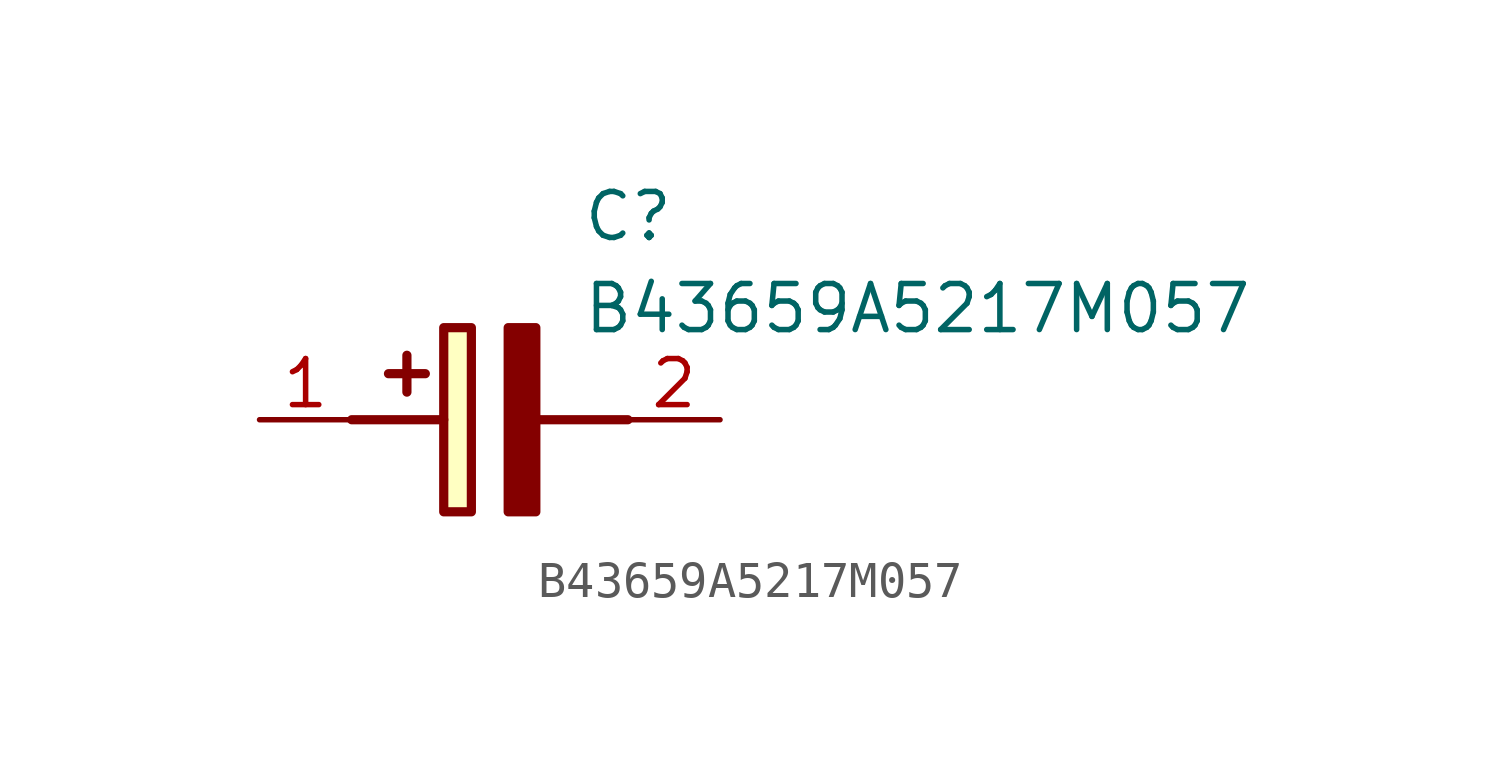
<source format=kicad_sym>
(kicad_symbol_lib
  (version 20211014)
  (generator SamacSys_ECAD_Model)
  (symbol "B43659A5217M057"
    (pin_names hide)
    (property "Reference" "C"
      (at 8.89 6.35 0)
      (effects (font (size 1.27 1.27)) (justify left top)))
    (property "Value" "B43659A5217M057"
      (at 8.89 3.81 0)
      (effects (font (size 1.27 1.27)) (justify left top)))
    (rectangle
      (start 5.08 2.54)
      (end 5.842 -2.54)
      (stroke (width 0.254) (type default))
      (fill (type background)))
    (polyline
      (pts (xy 4.572 1.27) (xy 3.556 1.27))
      (stroke (width 0.254) (type default))
      (fill (type none)))
    (polyline
      (pts (xy 4.064 1.778) (xy 4.064 0.762))
      (stroke (width 0.254) (type default))
      (fill (type none)))
    (polyline
      (pts (xy 2.54 0) (xy 5.08 0))
      (stroke (width 0.254) (type default))
      (fill (type none)))
    (polyline
      (pts (xy 7.62 0) (xy 10.16 0))
      (stroke (width 0.254) (type default))
      (fill (type none)))
    (polyline
      (pts (xy 7.62 2.54) (xy 7.62 -2.54) (xy 6.858 -2.54) (xy 6.858 2.54) (xy 7.62 2.54))
      (stroke (width 0.254) (type default))
      (fill (type outline)))
    (pin passive line
      (at 0 0 0)
      (length 2.54)
      (name "+" (effects (font (size 1.27 1.27))))
      (number "1" (effects (font (size 1.27 1.27)))))
    (pin passive line
      (at 12.7 0 180)
      (length 2.54)
      (name "-" (effects (font (size 1.27 1.27))))
      (number "2" (effects (font (size 1.27 1.27)))))))
</source>
